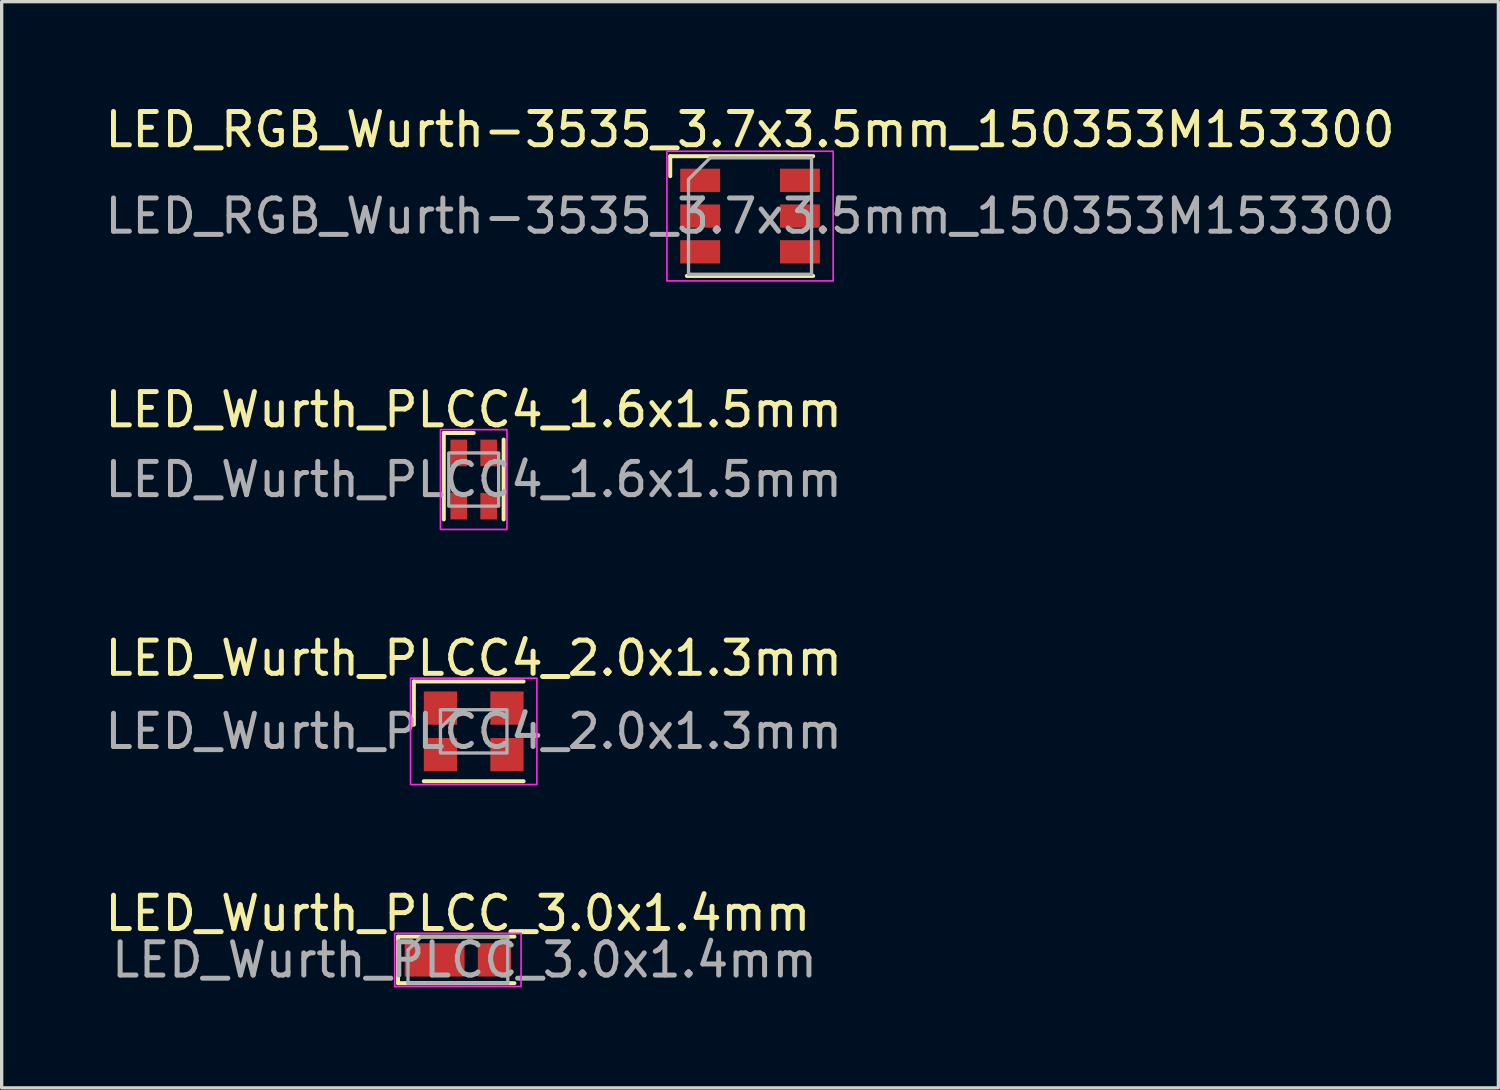
<source format=kicad_pcb>
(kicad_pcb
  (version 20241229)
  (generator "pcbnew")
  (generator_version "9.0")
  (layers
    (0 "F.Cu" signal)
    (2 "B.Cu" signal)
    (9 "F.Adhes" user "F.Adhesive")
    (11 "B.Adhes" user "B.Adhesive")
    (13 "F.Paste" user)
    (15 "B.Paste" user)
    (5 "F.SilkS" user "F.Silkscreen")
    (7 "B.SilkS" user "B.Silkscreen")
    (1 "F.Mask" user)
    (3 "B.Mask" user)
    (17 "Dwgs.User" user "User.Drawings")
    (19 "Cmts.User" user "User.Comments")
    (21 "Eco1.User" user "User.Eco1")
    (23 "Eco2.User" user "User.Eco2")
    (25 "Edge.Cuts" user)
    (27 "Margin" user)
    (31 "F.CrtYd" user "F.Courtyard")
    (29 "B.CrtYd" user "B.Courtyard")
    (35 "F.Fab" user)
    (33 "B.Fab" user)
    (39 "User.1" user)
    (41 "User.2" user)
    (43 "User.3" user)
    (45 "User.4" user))
  (footprint "LED_Wurth_PLCC4_1.6x1.5mm"
    (layer "F.Cu")
    (at 11.196 11.371)
    (property "Reference" "LED_Wurth_PLCC4_1.6x1.5mm" (at 0 -2.1 0) (unlocked yes) (layer "F.SilkS") (effects (font (size 1 1) (thickness 0.15))))
    (attr smd)
    (fp_line (start -0.9 -1.4) (end -0.9 1.2) (stroke (width 0.12) (type default)) (layer "F.SilkS"))
    (fp_line (start 0 -1.4) (end -0.9 -1.4) (stroke (width 0.12) (type default)) (layer "F.SilkS"))
    (fp_line (start 0.9 1.2) (end 0.9 -1.2) (stroke (width 0.12) (type default)) (layer "F.SilkS"))
    (fp_rect (start -1 -1.5) (end 1 1.5) (stroke (width 0.05) (type default)) (fill no) (layer "F.CrtYd"))
    (fp_rect (start -0.75 -0.8) (end 0.75 0.8) (stroke (width 0.1) (type default)) (fill no) (layer "F.Fab"))
    (fp_text user "${REFERENCE}" (at 0 0 0) (unlocked yes) (layer "F.Fab") (effects (font (size 1 1) (thickness 0.15))))
    (pad "1" smd rect (at -0.45 -0.8) (size 0.5 0.8) (layers "F.Cu" "F.Mask" "F.Paste"))
    (pad "2" smd rect (at -0.45 0.8) (size 0.5 0.8) (layers "F.Cu" "F.Mask" "F.Paste"))
    (pad "3" smd rect (at 0.45 0.8) (size 0.5 0.8) (layers "F.Cu" "F.Mask" "F.Paste"))
    (pad "4" smd rect (at 0.45 -0.8) (size 0.5 0.8) (layers "F.Cu" "F.Mask" "F.Paste")))
  (footprint "LED_Wurth_PLCC4_2.0x1.3mm"
    (layer "F.Cu")
    (at 11.196 18.945)
    (property "Reference" "LED_Wurth_PLCC4_2.0x1.3mm" (at 0 -2.2 0) (unlocked yes) (layer "F.SilkS") (effects (font (size 1 1) (thickness 0.15))))
    (attr smd)
    (fp_line (start -1.8 -1.5) (end -1.8 -0.2) (stroke (width 0.12) (type default)) (layer "F.SilkS"))
    (fp_line (start -1.5 1.5) (end 1.5 1.5) (stroke (width 0.12) (type default)) (layer "F.SilkS"))
    (fp_line (start 1.5 -1.5) (end -1.8 -1.5) (stroke (width 0.12) (type default)) (layer "F.SilkS"))
    (fp_rect (start -1.9 -1.6) (end 1.9 1.6) (stroke (width 0.05) (type default)) (fill no) (layer "F.CrtYd"))
    (fp_line (start -1 -0.1) (end -0.45 -0.65) (stroke (width 0.1) (type default)) (layer "F.Fab"))
    (fp_rect (start -1 -0.65) (end 1 0.65) (stroke (width 0.1) (type default)) (fill no) (layer "F.Fab"))
    (fp_text user "${REFERENCE}" (at 0 0 0) (unlocked yes) (layer "F.Fab") (effects (font (size 1 1) (thickness 0.15))))
    (pad "1" smd rect (at -1 -0.7) (size 1 1) (layers "F.Cu" "F.Mask" "F.Paste"))
    (pad "2" smd rect (at -1 0.7) (size 1 1) (layers "F.Cu" "F.Mask" "F.Paste"))
    (pad "3" smd rect (at 1 0.7) (size 1 1) (layers "F.Cu" "F.Mask" "F.Paste"))
    (pad "4" smd rect (at 1 -0.7) (size 1 1) (layers "F.Cu" "F.Mask" "F.Paste")))
  (footprint "LED_Wurth_PLCC_3.0x1.4mm"
    (layer "F.Cu")
    (at 10.72 25.818)
    (property "Reference" "LED_Wurth_PLCC_3.0x1.4mm" (at 0 -1.4 0) (unlocked yes) (layer "F.SilkS") (effects (font (size 1 1) (thickness 0.15))))
    (attr smd)
    (fp_line (start -1.8 -0.7) (end -1.8 0.7) (stroke (width 0.12) (type default)) (layer "F.SilkS"))
    (fp_line (start 1.7 -0.7) (end -1.8 -0.7) (stroke (width 0.12) (type default)) (layer "F.SilkS"))
    (fp_line (start 1.7 0.7) (end -1.8 0.7) (stroke (width 0.12) (type default)) (layer "F.SilkS"))
    (fp_rect (start -1.9 -0.8) (end 1.9 0.8) (stroke (width 0.05) (type default)) (fill no) (layer "F.CrtYd"))
    (fp_line (start -1.5 -0.3) (end -1.5 0.7) (stroke (width 0.1) (type default)) (layer "F.Fab"))
    (fp_line (start -1.5 -0.3) (end -1.1 -0.7) (stroke (width 0.1) (type default)) (layer "F.Fab"))
    (fp_line (start -1.5 0.7) (end 1.5 0.7) (stroke (width 0.1) (type default)) (layer "F.Fab"))
    (fp_line (start 1.5 -0.7) (end -1.1 -0.7) (stroke (width 0.1) (type default)) (layer "F.Fab"))
    (fp_line (start 1.5 0.7) (end 1.5 -0.7) (stroke (width 0.1) (type default)) (layer "F.Fab"))
    (fp_text user "${REFERENCE}" (at 0.2 0 0) (unlocked yes) (layer "F.Fab") (effects (font (size 1 1) (thickness 0.15))))
    (pad "1" smd rect (at -0.7 0) (size 1.8 1) (layers "F.Cu" "F.Mask" "F.Paste"))
    (pad "2" smd rect (at 1.1 0) (size 1 1) (layers "F.Cu" "F.Mask" "F.Paste")))
  (footprint "LED_RGB_Wurth-3535_3.7x3.5mm_150353M153300"
    (layer "F.Cu")
    (at 19.506 3.448)
    (property "Reference" "LED_RGB_Wurth-3535_3.7x3.5mm_150353M153300" (at 0 -2.6 0) (unlocked yes) (layer "F.SilkS") (effects (font (size 1 1) (thickness 0.15))))
    (attr smd)
    (fp_line (start -2.4 -1.8) (end -2.4 -1.2) (stroke (width 0.12) (type default)) (layer "F.SilkS"))
    (fp_line (start -1.9 1.8) (end 1.9 1.8) (stroke (width 0.12) (type default)) (layer "F.SilkS"))
    (fp_line (start 1.9 -1.8) (end -2.4 -1.8) (stroke (width 0.12) (type default)) (layer "F.SilkS"))
    (fp_rect (start -2.5 -1.95) (end 2.5 1.95) (stroke (width 0.05) (type default)) (fill no) (layer "F.CrtYd"))
    (fp_line (start -1.85 1.75) (end -1.85 -1.1) (stroke (width 0.1) (type default)) (layer "F.Fab"))
    (fp_line (start -1.2 -1.75) (end -1.85 -1.1) (stroke (width 0.1) (type default)) (layer "F.Fab"))
    (fp_line (start -1.2 -1.75) (end 1.85 -1.75) (stroke (width 0.1) (type default)) (layer "F.Fab"))
    (fp_line (start 1.85 -1.75) (end 1.85 1.75) (stroke (width 0.1) (type default)) (layer "F.Fab"))
    (fp_line (start 1.85 1.75) (end -1.85 1.75) (stroke (width 0.1) (type default)) (layer "F.Fab"))
    (fp_text user "${REFERENCE}" (at 0 0 0) (unlocked yes) (layer "F.Fab") (effects (font (size 1 1) (thickness 0.15))))
    (pad "1" smd rect (at -1.5 -1.075) (size 1.2 0.7) (layers "F.Cu" "F.Mask" "F.Paste"))
    (pad "2" smd rect (at 1.5 -1.075) (size 1.2 0.7) (layers "F.Cu" "F.Mask" "F.Paste"))
    (pad "3" smd rect (at -1.5 0) (size 1.2 0.7) (layers "F.Cu" "F.Mask" "F.Paste"))
    (pad "4" smd rect (at 1.5 0) (size 1.2 0.7) (layers "F.Cu" "F.Mask" "F.Paste"))
    (pad "5" smd rect (at -1.5 1.075) (size 1.2 0.7) (layers "F.Cu" "F.Mask" "F.Paste"))
    (pad "6" smd rect (at 1.5 1.075) (size 1.2 0.7) (layers "F.Cu" "F.Mask" "F.Paste")))
  (gr_rect
    (start -3 -3)
    (end 42.012 29.666)
    (stroke (width 0.1) (type default))
    (fill no)
    (layer "Edge.Cuts")))
</source>
